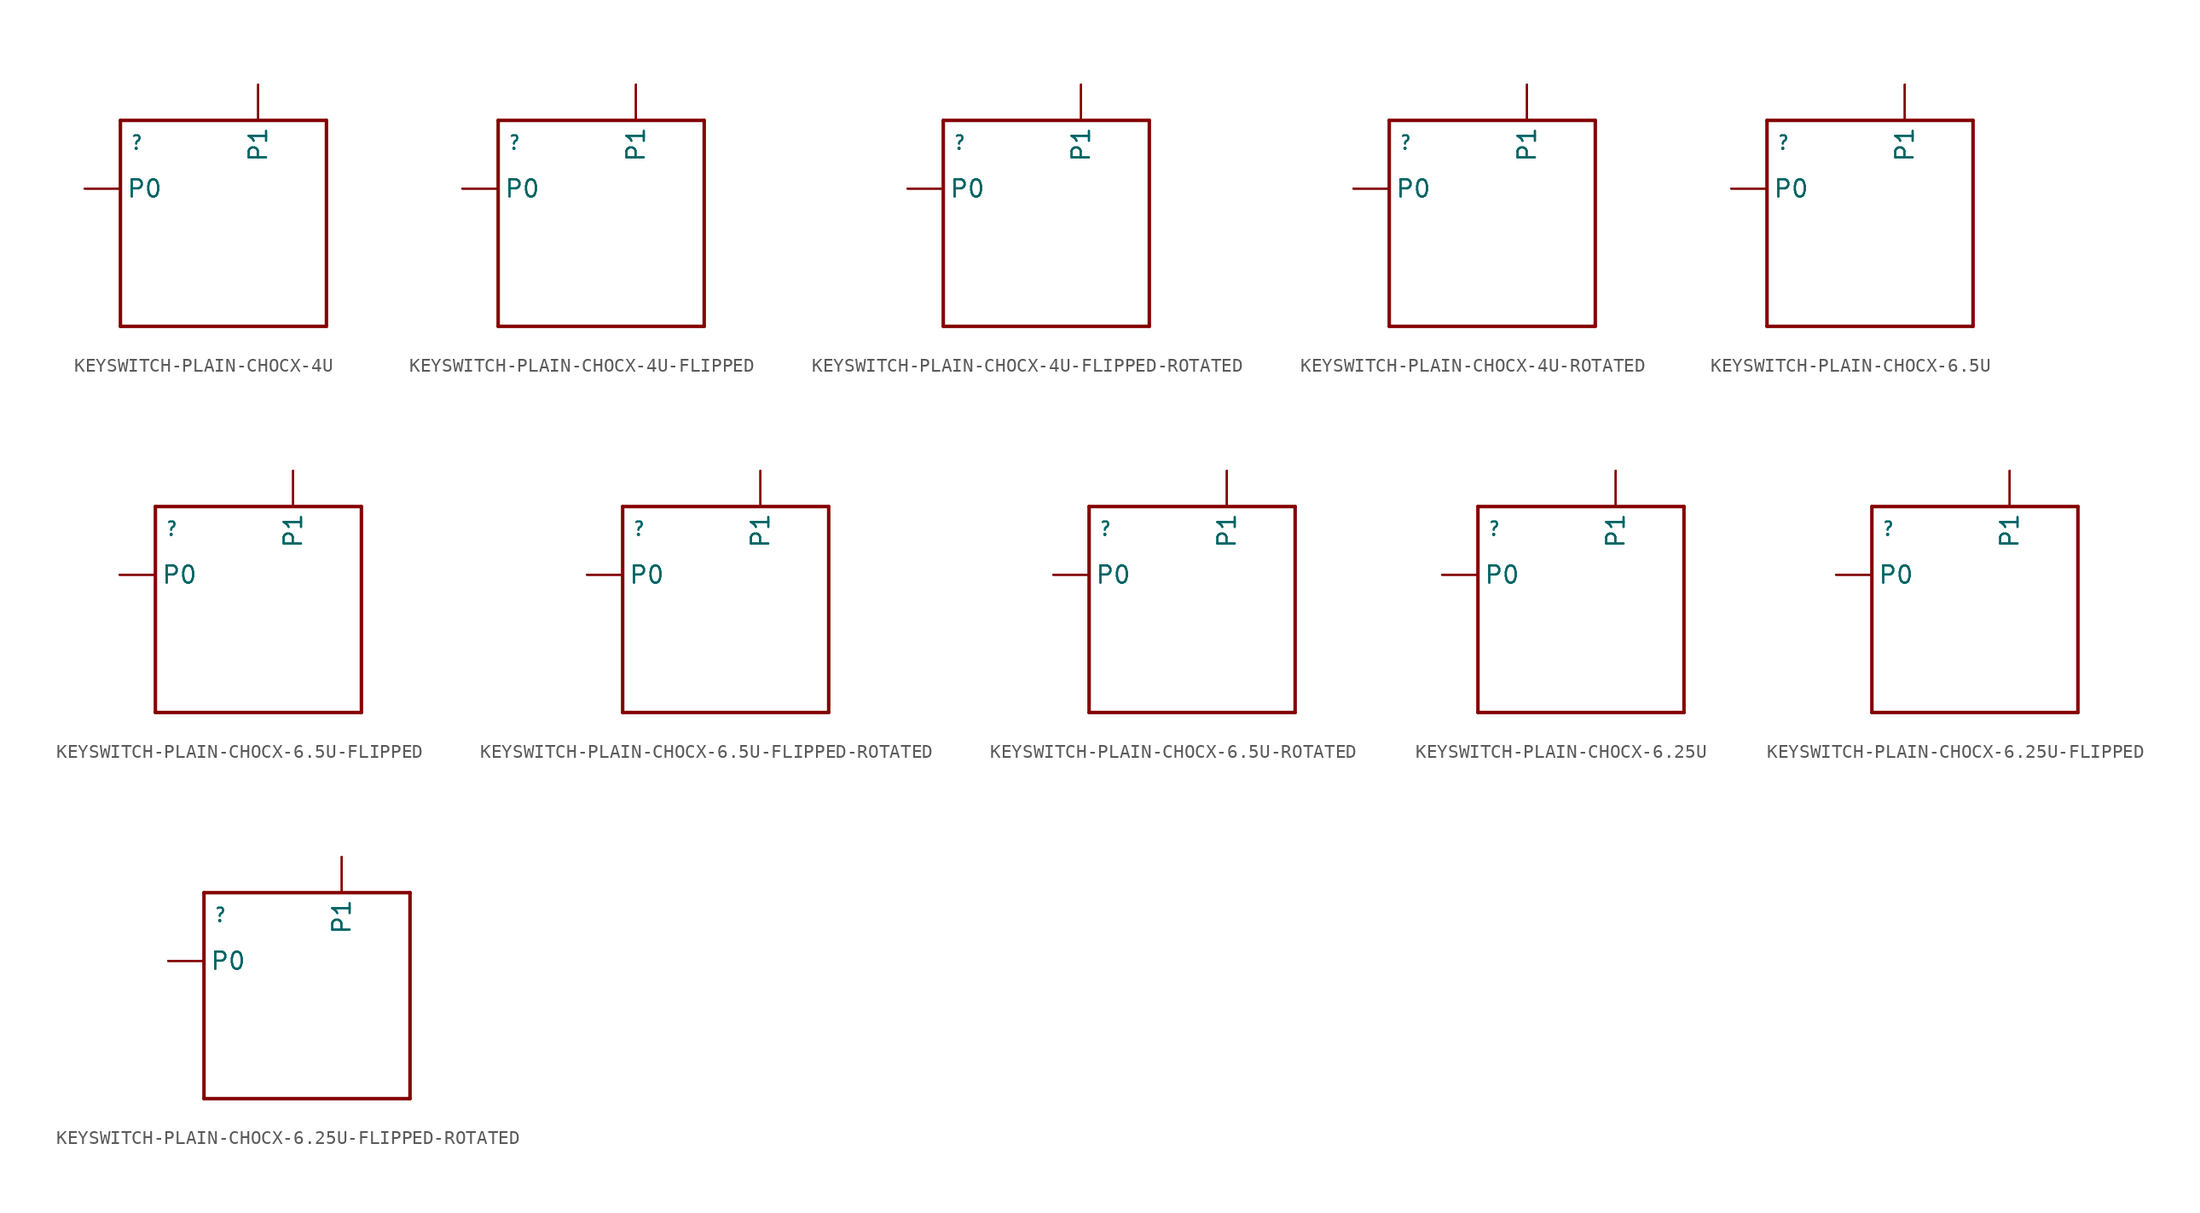
<source format=kicad_sym>
(kicad_symbol_lib
  (version 20211014)
  (generator kicad_symbol_editor)
  (symbol "KEYSWITCH-PLAIN-CHOCX-4U"
    (property "Reference" ""
      (at -6.81 5.318 0)
      (effects (font (size 1 0.85)) (justify left bottom)))
    (property "ki_locked" ""
      (at 0 0 0)
      (effects (font (size 1.27 1.27))))
    (symbol "KEYSWITCH-PLAIN-CHOCX-4U_1_0"
      (polyline (pts (xy -7.54 -7.54) (xy -7.54 7.54)) (stroke (width 0.254) (type default) (color 0 0 0 0)) (fill (type none)))
      (polyline (pts (xy -7.54 7.54) (xy 7.54 7.54)) (stroke (width 0.254) (type default) (color 0 0 0 0)) (fill (type none)))
      (polyline (pts (xy 7.54 -7.54) (xy -7.54 -7.54)) (stroke (width 0.254) (type default) (color 0 0 0 0)) (fill (type none)))
      (polyline (pts (xy 7.54 7.54) (xy 7.54 -7.54)) (stroke (width 0.254) (type default) (color 0 0 0 0)) (fill (type none)))
      (pin bidirectional line (at -10.16 2.54 0) (length 2.54) (name "P0" (effects (font (size 1.27 1.27)))) (number "CHOC1" (effects (font (size 0 0)))))
      (pin bidirectional line (at 2.54 10.16 270) (length 2.54) (name "P1" (effects (font (size 1.27 1.27)))) (number "CHOC2" (effects (font (size 0 0)))))
      (pin bidirectional line (at -10.16 2.54 0) (length 2.54) (name "P0" (effects (font (size 1.27 1.27)))) (number "X1" (effects (font (size 0 0)))))
      (pin bidirectional line (at 2.54 10.16 270) (length 2.54) (name "P1" (effects (font (size 1.27 1.27)))) (number "X2" (effects (font (size 0 0)))))))
  (symbol "KEYSWITCH-PLAIN-CHOCX-4U-FLIPPED"
    (property "Reference" ""
      (at -6.81 5.318 0)
      (effects (font (size 1 0.85)) (justify left bottom)))
    (property "ki_locked" ""
      (at 0 0 0)
      (effects (font (size 1.27 1.27))))
    (symbol "KEYSWITCH-PLAIN-CHOCX-4U-FLIPPED_1_0"
      (polyline (pts (xy -7.54 -7.54) (xy -7.54 7.54)) (stroke (width 0.254) (type default) (color 0 0 0 0)) (fill (type none)))
      (polyline (pts (xy -7.54 7.54) (xy 7.54 7.54)) (stroke (width 0.254) (type default) (color 0 0 0 0)) (fill (type none)))
      (polyline (pts (xy 7.54 -7.54) (xy -7.54 -7.54)) (stroke (width 0.254) (type default) (color 0 0 0 0)) (fill (type none)))
      (polyline (pts (xy 7.54 7.54) (xy 7.54 -7.54)) (stroke (width 0.254) (type default) (color 0 0 0 0)) (fill (type none)))
      (pin bidirectional line (at -10.16 2.54 0) (length 2.54) (name "P0" (effects (font (size 1.27 1.27)))) (number "CHOC1" (effects (font (size 0 0)))))
      (pin bidirectional line (at 2.54 10.16 270) (length 2.54) (name "P1" (effects (font (size 1.27 1.27)))) (number "CHOC2" (effects (font (size 0 0)))))
      (pin bidirectional line (at -10.16 2.54 0) (length 2.54) (name "P0" (effects (font (size 1.27 1.27)))) (number "X1" (effects (font (size 0 0)))))
      (pin bidirectional line (at 2.54 10.16 270) (length 2.54) (name "P1" (effects (font (size 1.27 1.27)))) (number "X2" (effects (font (size 0 0)))))))
  (symbol "KEYSWITCH-PLAIN-CHOCX-4U-FLIPPED-ROTATED"
    (property "Reference" ""
      (at -6.81 5.318 0)
      (effects (font (size 1 0.85)) (justify left bottom)))
    (property "ki_locked" ""
      (at 0 0 0)
      (effects (font (size 1.27 1.27))))
    (symbol "KEYSWITCH-PLAIN-CHOCX-4U-FLIPPED-ROTATED_1_0"
      (polyline (pts (xy -7.54 -7.54) (xy -7.54 7.54)) (stroke (width 0.254) (type default) (color 0 0 0 0)) (fill (type none)))
      (polyline (pts (xy -7.54 7.54) (xy 7.54 7.54)) (stroke (width 0.254) (type default) (color 0 0 0 0)) (fill (type none)))
      (polyline (pts (xy 7.54 -7.54) (xy -7.54 -7.54)) (stroke (width 0.254) (type default) (color 0 0 0 0)) (fill (type none)))
      (polyline (pts (xy 7.54 7.54) (xy 7.54 -7.54)) (stroke (width 0.254) (type default) (color 0 0 0 0)) (fill (type none)))
      (pin bidirectional line (at -10.16 2.54 0) (length 2.54) (name "P0" (effects (font (size 1.27 1.27)))) (number "CHOC1" (effects (font (size 0 0)))))
      (pin bidirectional line (at 2.54 10.16 270) (length 2.54) (name "P1" (effects (font (size 1.27 1.27)))) (number "CHOC2" (effects (font (size 0 0)))))
      (pin bidirectional line (at -10.16 2.54 0) (length 2.54) (name "P0" (effects (font (size 1.27 1.27)))) (number "X1" (effects (font (size 0 0)))))
      (pin bidirectional line (at 2.54 10.16 270) (length 2.54) (name "P1" (effects (font (size 1.27 1.27)))) (number "X2" (effects (font (size 0 0)))))))
  (symbol "KEYSWITCH-PLAIN-CHOCX-4U-ROTATED"
    (property "Reference" ""
      (at -6.81 5.318 0)
      (effects (font (size 1 0.85)) (justify left bottom)))
    (property "ki_locked" ""
      (at 0 0 0)
      (effects (font (size 1.27 1.27))))
    (symbol "KEYSWITCH-PLAIN-CHOCX-4U-ROTATED_1_0"
      (polyline (pts (xy -7.54 -7.54) (xy -7.54 7.54)) (stroke (width 0.254) (type default) (color 0 0 0 0)) (fill (type none)))
      (polyline (pts (xy -7.54 7.54) (xy 7.54 7.54)) (stroke (width 0.254) (type default) (color 0 0 0 0)) (fill (type none)))
      (polyline (pts (xy 7.54 -7.54) (xy -7.54 -7.54)) (stroke (width 0.254) (type default) (color 0 0 0 0)) (fill (type none)))
      (polyline (pts (xy 7.54 7.54) (xy 7.54 -7.54)) (stroke (width 0.254) (type default) (color 0 0 0 0)) (fill (type none)))
      (pin bidirectional line (at -10.16 2.54 0) (length 2.54) (name "P0" (effects (font (size 1.27 1.27)))) (number "CHOC1" (effects (font (size 0 0)))))
      (pin bidirectional line (at 2.54 10.16 270) (length 2.54) (name "P1" (effects (font (size 1.27 1.27)))) (number "CHOC2" (effects (font (size 0 0)))))
      (pin bidirectional line (at -10.16 2.54 0) (length 2.54) (name "P0" (effects (font (size 1.27 1.27)))) (number "X1" (effects (font (size 0 0)))))
      (pin bidirectional line (at 2.54 10.16 270) (length 2.54) (name "P1" (effects (font (size 1.27 1.27)))) (number "X2" (effects (font (size 0 0)))))))
  (symbol "KEYSWITCH-PLAIN-CHOCX-6.5U"
    (property "Reference" ""
      (at -6.81 5.318 0)
      (effects (font (size 1 0.85)) (justify left bottom)))
    (property "ki_locked" ""
      (at 0 0 0)
      (effects (font (size 1.27 1.27))))
    (symbol "KEYSWITCH-PLAIN-CHOCX-6.5U_1_0"
      (polyline (pts (xy -7.54 -7.54) (xy -7.54 7.54)) (stroke (width 0.254) (type default) (color 0 0 0 0)) (fill (type none)))
      (polyline (pts (xy -7.54 7.54) (xy 7.54 7.54)) (stroke (width 0.254) (type default) (color 0 0 0 0)) (fill (type none)))
      (polyline (pts (xy 7.54 -7.54) (xy -7.54 -7.54)) (stroke (width 0.254) (type default) (color 0 0 0 0)) (fill (type none)))
      (polyline (pts (xy 7.54 7.54) (xy 7.54 -7.54)) (stroke (width 0.254) (type default) (color 0 0 0 0)) (fill (type none)))
      (pin bidirectional line (at -10.16 2.54 0) (length 2.54) (name "P0" (effects (font (size 1.27 1.27)))) (number "CHOC1" (effects (font (size 0 0)))))
      (pin bidirectional line (at 2.54 10.16 270) (length 2.54) (name "P1" (effects (font (size 1.27 1.27)))) (number "CHOC2" (effects (font (size 0 0)))))
      (pin bidirectional line (at -10.16 2.54 0) (length 2.54) (name "P0" (effects (font (size 1.27 1.27)))) (number "X1" (effects (font (size 0 0)))))
      (pin bidirectional line (at 2.54 10.16 270) (length 2.54) (name "P1" (effects (font (size 1.27 1.27)))) (number "X2" (effects (font (size 0 0)))))))
  (symbol "KEYSWITCH-PLAIN-CHOCX-6.5U-FLIPPED"
    (property "Reference" ""
      (at -6.81 5.318 0)
      (effects (font (size 1 0.85)) (justify left bottom)))
    (property "ki_locked" ""
      (at 0 0 0)
      (effects (font (size 1.27 1.27))))
    (symbol "KEYSWITCH-PLAIN-CHOCX-6.5U-FLIPPED_1_0"
      (polyline (pts (xy -7.54 -7.54) (xy -7.54 7.54)) (stroke (width 0.254) (type default) (color 0 0 0 0)) (fill (type none)))
      (polyline (pts (xy -7.54 7.54) (xy 7.54 7.54)) (stroke (width 0.254) (type default) (color 0 0 0 0)) (fill (type none)))
      (polyline (pts (xy 7.54 -7.54) (xy -7.54 -7.54)) (stroke (width 0.254) (type default) (color 0 0 0 0)) (fill (type none)))
      (polyline (pts (xy 7.54 7.54) (xy 7.54 -7.54)) (stroke (width 0.254) (type default) (color 0 0 0 0)) (fill (type none)))
      (pin bidirectional line (at -10.16 2.54 0) (length 2.54) (name "P0" (effects (font (size 1.27 1.27)))) (number "CHOC1" (effects (font (size 0 0)))))
      (pin bidirectional line (at 2.54 10.16 270) (length 2.54) (name "P1" (effects (font (size 1.27 1.27)))) (number "CHOC2" (effects (font (size 0 0)))))
      (pin bidirectional line (at -10.16 2.54 0) (length 2.54) (name "P0" (effects (font (size 1.27 1.27)))) (number "X1" (effects (font (size 0 0)))))
      (pin bidirectional line (at 2.54 10.16 270) (length 2.54) (name "P1" (effects (font (size 1.27 1.27)))) (number "X2" (effects (font (size 0 0)))))))
  (symbol "KEYSWITCH-PLAIN-CHOCX-6.5U-FLIPPED-ROTATED"
    (property "Reference" ""
      (at -6.81 5.318 0)
      (effects (font (size 1 0.85)) (justify left bottom)))
    (property "ki_locked" ""
      (at 0 0 0)
      (effects (font (size 1.27 1.27))))
    (symbol "KEYSWITCH-PLAIN-CHOCX-6.5U-FLIPPED-ROTATED_1_0"
      (polyline (pts (xy -7.54 -7.54) (xy -7.54 7.54)) (stroke (width 0.254) (type default) (color 0 0 0 0)) (fill (type none)))
      (polyline (pts (xy -7.54 7.54) (xy 7.54 7.54)) (stroke (width 0.254) (type default) (color 0 0 0 0)) (fill (type none)))
      (polyline (pts (xy 7.54 -7.54) (xy -7.54 -7.54)) (stroke (width 0.254) (type default) (color 0 0 0 0)) (fill (type none)))
      (polyline (pts (xy 7.54 7.54) (xy 7.54 -7.54)) (stroke (width 0.254) (type default) (color 0 0 0 0)) (fill (type none)))
      (pin bidirectional line (at -10.16 2.54 0) (length 2.54) (name "P0" (effects (font (size 1.27 1.27)))) (number "CHOC1" (effects (font (size 0 0)))))
      (pin bidirectional line (at 2.54 10.16 270) (length 2.54) (name "P1" (effects (font (size 1.27 1.27)))) (number "CHOC2" (effects (font (size 0 0)))))
      (pin bidirectional line (at -10.16 2.54 0) (length 2.54) (name "P0" (effects (font (size 1.27 1.27)))) (number "X1" (effects (font (size 0 0)))))
      (pin bidirectional line (at 2.54 10.16 270) (length 2.54) (name "P1" (effects (font (size 1.27 1.27)))) (number "X2" (effects (font (size 0 0)))))))
  (symbol "KEYSWITCH-PLAIN-CHOCX-6.5U-ROTATED"
    (property "Reference" ""
      (at -6.81 5.318 0)
      (effects (font (size 1 0.85)) (justify left bottom)))
    (property "ki_locked" ""
      (at 0 0 0)
      (effects (font (size 1.27 1.27))))
    (symbol "KEYSWITCH-PLAIN-CHOCX-6.5U-ROTATED_1_0"
      (polyline (pts (xy -7.54 -7.54) (xy -7.54 7.54)) (stroke (width 0.254) (type default) (color 0 0 0 0)) (fill (type none)))
      (polyline (pts (xy -7.54 7.54) (xy 7.54 7.54)) (stroke (width 0.254) (type default) (color 0 0 0 0)) (fill (type none)))
      (polyline (pts (xy 7.54 -7.54) (xy -7.54 -7.54)) (stroke (width 0.254) (type default) (color 0 0 0 0)) (fill (type none)))
      (polyline (pts (xy 7.54 7.54) (xy 7.54 -7.54)) (stroke (width 0.254) (type default) (color 0 0 0 0)) (fill (type none)))
      (pin bidirectional line (at -10.16 2.54 0) (length 2.54) (name "P0" (effects (font (size 1.27 1.27)))) (number "CHOC1" (effects (font (size 0 0)))))
      (pin bidirectional line (at 2.54 10.16 270) (length 2.54) (name "P1" (effects (font (size 1.27 1.27)))) (number "CHOC2" (effects (font (size 0 0)))))
      (pin bidirectional line (at -10.16 2.54 0) (length 2.54) (name "P0" (effects (font (size 1.27 1.27)))) (number "X1" (effects (font (size 0 0)))))
      (pin bidirectional line (at 2.54 10.16 270) (length 2.54) (name "P1" (effects (font (size 1.27 1.27)))) (number "X2" (effects (font (size 0 0)))))))
  (symbol "KEYSWITCH-PLAIN-CHOCX-6.25U"
    (property "Reference" ""
      (at -6.81 5.318 0)
      (effects (font (size 1 0.85)) (justify left bottom)))
    (property "ki_locked" ""
      (at 0 0 0)
      (effects (font (size 1.27 1.27))))
    (symbol "KEYSWITCH-PLAIN-CHOCX-6.25U_1_0"
      (polyline (pts (xy -7.54 -7.54) (xy -7.54 7.54)) (stroke (width 0.254) (type default) (color 0 0 0 0)) (fill (type none)))
      (polyline (pts (xy -7.54 7.54) (xy 7.54 7.54)) (stroke (width 0.254) (type default) (color 0 0 0 0)) (fill (type none)))
      (polyline (pts (xy 7.54 -7.54) (xy -7.54 -7.54)) (stroke (width 0.254) (type default) (color 0 0 0 0)) (fill (type none)))
      (polyline (pts (xy 7.54 7.54) (xy 7.54 -7.54)) (stroke (width 0.254) (type default) (color 0 0 0 0)) (fill (type none)))
      (pin bidirectional line (at -10.16 2.54 0) (length 2.54) (name "P0" (effects (font (size 1.27 1.27)))) (number "CHOC1" (effects (font (size 0 0)))))
      (pin bidirectional line (at 2.54 10.16 270) (length 2.54) (name "P1" (effects (font (size 1.27 1.27)))) (number "CHOC2" (effects (font (size 0 0)))))
      (pin bidirectional line (at -10.16 2.54 0) (length 2.54) (name "P0" (effects (font (size 1.27 1.27)))) (number "X1" (effects (font (size 0 0)))))
      (pin bidirectional line (at 2.54 10.16 270) (length 2.54) (name "P1" (effects (font (size 1.27 1.27)))) (number "X2" (effects (font (size 0 0)))))))
  (symbol "KEYSWITCH-PLAIN-CHOCX-6.25U-FLIPPED"
    (property "Reference" ""
      (at -6.81 5.318 0)
      (effects (font (size 1 0.85)) (justify left bottom)))
    (property "ki_locked" ""
      (at 0 0 0)
      (effects (font (size 1.27 1.27))))
    (symbol "KEYSWITCH-PLAIN-CHOCX-6.25U-FLIPPED_1_0"
      (polyline (pts (xy -7.54 -7.54) (xy -7.54 7.54)) (stroke (width 0.254) (type default) (color 0 0 0 0)) (fill (type none)))
      (polyline (pts (xy -7.54 7.54) (xy 7.54 7.54)) (stroke (width 0.254) (type default) (color 0 0 0 0)) (fill (type none)))
      (polyline (pts (xy 7.54 -7.54) (xy -7.54 -7.54)) (stroke (width 0.254) (type default) (color 0 0 0 0)) (fill (type none)))
      (polyline (pts (xy 7.54 7.54) (xy 7.54 -7.54)) (stroke (width 0.254) (type default) (color 0 0 0 0)) (fill (type none)))
      (pin bidirectional line (at -10.16 2.54 0) (length 2.54) (name "P0" (effects (font (size 1.27 1.27)))) (number "CHOC1" (effects (font (size 0 0)))))
      (pin bidirectional line (at 2.54 10.16 270) (length 2.54) (name "P1" (effects (font (size 1.27 1.27)))) (number "CHOC2" (effects (font (size 0 0)))))
      (pin bidirectional line (at -10.16 2.54 0) (length 2.54) (name "P0" (effects (font (size 1.27 1.27)))) (number "X1" (effects (font (size 0 0)))))
      (pin bidirectional line (at 2.54 10.16 270) (length 2.54) (name "P1" (effects (font (size 1.27 1.27)))) (number "X2" (effects (font (size 0 0)))))))
  (symbol "KEYSWITCH-PLAIN-CHOCX-6.25U-FLIPPED-ROTATED"
    (property "Reference" ""
      (at -6.81 5.318 0)
      (effects (font (size 1 0.85)) (justify left bottom)))
    (property "ki_locked" ""
      (at 0 0 0)
      (effects (font (size 1.27 1.27))))
    (symbol "KEYSWITCH-PLAIN-CHOCX-6.25U-FLIPPED-ROTATED_1_0"
      (polyline (pts (xy -7.54 -7.54) (xy -7.54 7.54)) (stroke (width 0.254) (type default) (color 0 0 0 0)) (fill (type none)))
      (polyline (pts (xy -7.54 7.54) (xy 7.54 7.54)) (stroke (width 0.254) (type default) (color 0 0 0 0)) (fill (type none)))
      (polyline (pts (xy 7.54 -7.54) (xy -7.54 -7.54)) (stroke (width 0.254) (type default) (color 0 0 0 0)) (fill (type none)))
      (polyline (pts (xy 7.54 7.54) (xy 7.54 -7.54)) (stroke (width 0.254) (type default) (color 0 0 0 0)) (fill (type none)))
      (pin bidirectional line (at -10.16 2.54 0) (length 2.54) (name "P0" (effects (font (size 1.27 1.27)))) (number "CHOC1" (effects (font (size 0 0)))))
      (pin bidirectional line (at 2.54 10.16 270) (length 2.54) (name "P1" (effects (font (size 1.27 1.27)))) (number "CHOC2" (effects (font (size 0 0)))))
      (pin bidirectional line (at -10.16 2.54 0) (length 2.54) (name "P0" (effects (font (size 1.27 1.27)))) (number "X1" (effects (font (size 0 0)))))
      (pin bidirectional line (at 2.54 10.16 270) (length 2.54) (name "P1" (effects (font (size 1.27 1.27)))) (number "X2" (effects (font (size 0 0))))))))
</source>
